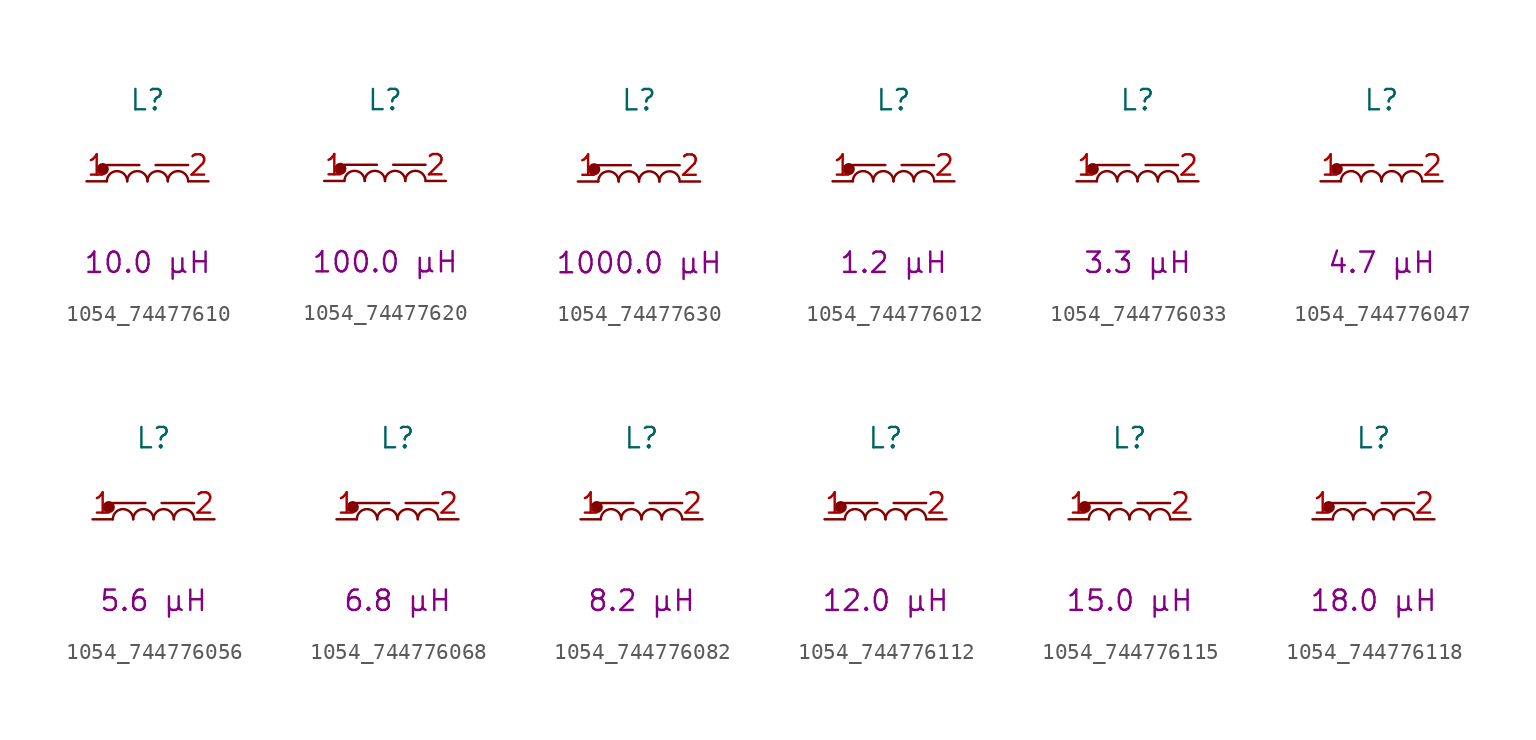
<source format=kicad_sym>
(kicad_symbol_lib
  (version 20220914)
  (generator kicad_symbol_editor)
  (symbol "1054_74477610"
    (pin_names hide)
    (property "Reference" "L"
      (at 0 5.08 0)
      (effects (font (size 1.27 1.27))))
    (property "Critical Parameter" "10.0 µH"
      (at 0 -5.08 0)
      (effects (font (size 1.27 1.27))))
    (symbol "1054_74477610_0_1"
      (arc (start -1.27 0) (mid -1.905 0.6323) (end -2.54 0) (stroke (width 0) (type default)) (fill (type none)))
      (arc (start 0 0) (mid -0.635 0.6323) (end -1.27 0) (stroke (width 0) (type default)) (fill (type none)))
      (polyline (pts (xy -2.54 1.016) (xy -0.508 1.016)) (stroke (width 0) (type default)) (fill (type none)))
      (arc (start 1.27 0) (mid 0.635 0.6323) (end 0 0) (stroke (width 0) (type default)) (fill (type none)))
      (arc (start 2.54 0) (mid 1.905 0.6323) (end 1.27 0) (stroke (width 0) (type default)) (fill (type none))))
    (symbol "1054_74477610_1_1"
      (circle (center -2.794 0.762) (radius 0.0001) (stroke (width 0.381) (type default)) (fill (type none)))
      (polyline (pts (xy 2.54 1.016) (xy 0.508 1.016)) (stroke (width 0) (type default)) (fill (type none)))
      (pin passive line (at -3.81 0 0) (length 1.27) (name "1" (effects (font (size 1.27 1.27)))) (number "1" (effects (font (size 1.27 1.27)))))
      (pin passive line (at 3.81 0 180) (length 1.27) (name "2" (effects (font (size 1.27 1.27)))) (number "2" (effects (font (size 1.27 1.27)))))))
  (symbol "1054_74477620"
    (pin_names hide)
    (property "Reference" "L"
      (at 0 5.08 0)
      (effects (font (size 1.27 1.27))))
    (property "Critical Parameter" "100.0 µH"
      (at 0 -5.08 0)
      (effects (font (size 1.27 1.27))))
    (symbol "1054_74477620_0_1"
      (arc (start -1.27 0) (mid -1.905 0.6323) (end -2.54 0) (stroke (width 0) (type default)) (fill (type none)))
      (arc (start 0 0) (mid -0.635 0.6323) (end -1.27 0) (stroke (width 0) (type default)) (fill (type none)))
      (polyline (pts (xy -2.54 1.016) (xy -0.508 1.016)) (stroke (width 0) (type default)) (fill (type none)))
      (arc (start 1.27 0) (mid 0.635 0.6323) (end 0 0) (stroke (width 0) (type default)) (fill (type none)))
      (arc (start 2.54 0) (mid 1.905 0.6323) (end 1.27 0) (stroke (width 0) (type default)) (fill (type none))))
    (symbol "1054_74477620_1_1"
      (circle (center -2.794 0.762) (radius 0.0001) (stroke (width 0.381) (type default)) (fill (type none)))
      (polyline (pts (xy 2.54 1.016) (xy 0.508 1.016)) (stroke (width 0) (type default)) (fill (type none)))
      (pin passive line (at -3.81 0 0) (length 1.27) (name "1" (effects (font (size 1.27 1.27)))) (number "1" (effects (font (size 1.27 1.27)))))
      (pin passive line (at 3.81 0 180) (length 1.27) (name "2" (effects (font (size 1.27 1.27)))) (number "2" (effects (font (size 1.27 1.27)))))))
  (symbol "1054_74477630"
    (pin_names hide)
    (property "Reference" "L"
      (at 0 5.08 0)
      (effects (font (size 1.27 1.27))))
    (property "Critical Parameter" "1000.0 µH"
      (at 0 -5.08 0)
      (effects (font (size 1.27 1.27))))
    (symbol "1054_74477630_0_1"
      (arc (start -1.27 0) (mid -1.905 0.6323) (end -2.54 0) (stroke (width 0) (type default)) (fill (type none)))
      (arc (start 0 0) (mid -0.635 0.6323) (end -1.27 0) (stroke (width 0) (type default)) (fill (type none)))
      (polyline (pts (xy -2.54 1.016) (xy -0.508 1.016)) (stroke (width 0) (type default)) (fill (type none)))
      (arc (start 1.27 0) (mid 0.635 0.6323) (end 0 0) (stroke (width 0) (type default)) (fill (type none)))
      (arc (start 2.54 0) (mid 1.905 0.6323) (end 1.27 0) (stroke (width 0) (type default)) (fill (type none))))
    (symbol "1054_74477630_1_1"
      (circle (center -2.794 0.762) (radius 0.0001) (stroke (width 0.381) (type default)) (fill (type none)))
      (polyline (pts (xy 2.54 1.016) (xy 0.508 1.016)) (stroke (width 0) (type default)) (fill (type none)))
      (pin passive line (at -3.81 0 0) (length 1.27) (name "1" (effects (font (size 1.27 1.27)))) (number "1" (effects (font (size 1.27 1.27)))))
      (pin passive line (at 3.81 0 180) (length 1.27) (name "2" (effects (font (size 1.27 1.27)))) (number "2" (effects (font (size 1.27 1.27)))))))
  (symbol "1054_744776012"
    (pin_names hide)
    (property "Reference" "L"
      (at 0 5.08 0)
      (effects (font (size 1.27 1.27))))
    (property "Critical Parameter" "1.2 µH"
      (at 0 -5.08 0)
      (effects (font (size 1.27 1.27))))
    (symbol "1054_744776012_0_1"
      (arc (start -1.27 0) (mid -1.905 0.6323) (end -2.54 0) (stroke (width 0) (type default)) (fill (type none)))
      (arc (start 0 0) (mid -0.635 0.6323) (end -1.27 0) (stroke (width 0) (type default)) (fill (type none)))
      (polyline (pts (xy -2.54 1.016) (xy -0.508 1.016)) (stroke (width 0) (type default)) (fill (type none)))
      (arc (start 1.27 0) (mid 0.635 0.6323) (end 0 0) (stroke (width 0) (type default)) (fill (type none)))
      (arc (start 2.54 0) (mid 1.905 0.6323) (end 1.27 0) (stroke (width 0) (type default)) (fill (type none))))
    (symbol "1054_744776012_1_1"
      (circle (center -2.794 0.762) (radius 0.0001) (stroke (width 0.381) (type default)) (fill (type none)))
      (polyline (pts (xy 2.54 1.016) (xy 0.508 1.016)) (stroke (width 0) (type default)) (fill (type none)))
      (pin passive line (at -3.81 0 0) (length 1.27) (name "1" (effects (font (size 1.27 1.27)))) (number "1" (effects (font (size 1.27 1.27)))))
      (pin passive line (at 3.81 0 180) (length 1.27) (name "2" (effects (font (size 1.27 1.27)))) (number "2" (effects (font (size 1.27 1.27)))))))
  (symbol "1054_744776033"
    (pin_names hide)
    (property "Reference" "L"
      (at 0 5.08 0)
      (effects (font (size 1.27 1.27))))
    (property "Critical Parameter" "3.3 µH"
      (at 0 -5.08 0)
      (effects (font (size 1.27 1.27))))
    (symbol "1054_744776033_0_1"
      (arc (start -1.27 0) (mid -1.905 0.6323) (end -2.54 0) (stroke (width 0) (type default)) (fill (type none)))
      (arc (start 0 0) (mid -0.635 0.6323) (end -1.27 0) (stroke (width 0) (type default)) (fill (type none)))
      (polyline (pts (xy -2.54 1.016) (xy -0.508 1.016)) (stroke (width 0) (type default)) (fill (type none)))
      (arc (start 1.27 0) (mid 0.635 0.6323) (end 0 0) (stroke (width 0) (type default)) (fill (type none)))
      (arc (start 2.54 0) (mid 1.905 0.6323) (end 1.27 0) (stroke (width 0) (type default)) (fill (type none))))
    (symbol "1054_744776033_1_1"
      (circle (center -2.794 0.762) (radius 0.0001) (stroke (width 0.381) (type default)) (fill (type none)))
      (polyline (pts (xy 2.54 1.016) (xy 0.508 1.016)) (stroke (width 0) (type default)) (fill (type none)))
      (pin passive line (at -3.81 0 0) (length 1.27) (name "1" (effects (font (size 1.27 1.27)))) (number "1" (effects (font (size 1.27 1.27)))))
      (pin passive line (at 3.81 0 180) (length 1.27) (name "2" (effects (font (size 1.27 1.27)))) (number "2" (effects (font (size 1.27 1.27)))))))
  (symbol "1054_744776047"
    (pin_names hide)
    (property "Reference" "L"
      (at 0 5.08 0)
      (effects (font (size 1.27 1.27))))
    (property "Critical Parameter" "4.7 µH"
      (at 0 -5.08 0)
      (effects (font (size 1.27 1.27))))
    (symbol "1054_744776047_0_1"
      (arc (start -1.27 0) (mid -1.905 0.6323) (end -2.54 0) (stroke (width 0) (type default)) (fill (type none)))
      (arc (start 0 0) (mid -0.635 0.6323) (end -1.27 0) (stroke (width 0) (type default)) (fill (type none)))
      (polyline (pts (xy -2.54 1.016) (xy -0.508 1.016)) (stroke (width 0) (type default)) (fill (type none)))
      (arc (start 1.27 0) (mid 0.635 0.6323) (end 0 0) (stroke (width 0) (type default)) (fill (type none)))
      (arc (start 2.54 0) (mid 1.905 0.6323) (end 1.27 0) (stroke (width 0) (type default)) (fill (type none))))
    (symbol "1054_744776047_1_1"
      (circle (center -2.794 0.762) (radius 0.0001) (stroke (width 0.381) (type default)) (fill (type none)))
      (polyline (pts (xy 2.54 1.016) (xy 0.508 1.016)) (stroke (width 0) (type default)) (fill (type none)))
      (pin passive line (at -3.81 0 0) (length 1.27) (name "1" (effects (font (size 1.27 1.27)))) (number "1" (effects (font (size 1.27 1.27)))))
      (pin passive line (at 3.81 0 180) (length 1.27) (name "2" (effects (font (size 1.27 1.27)))) (number "2" (effects (font (size 1.27 1.27)))))))
  (symbol "1054_744776056"
    (pin_names hide)
    (property "Reference" "L"
      (at 0 5.08 0)
      (effects (font (size 1.27 1.27))))
    (property "Critical Parameter" "5.6 µH"
      (at 0 -5.08 0)
      (effects (font (size 1.27 1.27))))
    (symbol "1054_744776056_0_1"
      (arc (start -1.27 0) (mid -1.905 0.6323) (end -2.54 0) (stroke (width 0) (type default)) (fill (type none)))
      (arc (start 0 0) (mid -0.635 0.6323) (end -1.27 0) (stroke (width 0) (type default)) (fill (type none)))
      (polyline (pts (xy -2.54 1.016) (xy -0.508 1.016)) (stroke (width 0) (type default)) (fill (type none)))
      (arc (start 1.27 0) (mid 0.635 0.6323) (end 0 0) (stroke (width 0) (type default)) (fill (type none)))
      (arc (start 2.54 0) (mid 1.905 0.6323) (end 1.27 0) (stroke (width 0) (type default)) (fill (type none))))
    (symbol "1054_744776056_1_1"
      (circle (center -2.794 0.762) (radius 0.0001) (stroke (width 0.381) (type default)) (fill (type none)))
      (polyline (pts (xy 2.54 1.016) (xy 0.508 1.016)) (stroke (width 0) (type default)) (fill (type none)))
      (pin passive line (at -3.81 0 0) (length 1.27) (name "1" (effects (font (size 1.27 1.27)))) (number "1" (effects (font (size 1.27 1.27)))))
      (pin passive line (at 3.81 0 180) (length 1.27) (name "2" (effects (font (size 1.27 1.27)))) (number "2" (effects (font (size 1.27 1.27)))))))
  (symbol "1054_744776068"
    (pin_names hide)
    (property "Reference" "L"
      (at 0 5.08 0)
      (effects (font (size 1.27 1.27))))
    (property "Critical Parameter" "6.8 µH"
      (at 0 -5.08 0)
      (effects (font (size 1.27 1.27))))
    (symbol "1054_744776068_0_1"
      (arc (start -1.27 0) (mid -1.905 0.6323) (end -2.54 0) (stroke (width 0) (type default)) (fill (type none)))
      (arc (start 0 0) (mid -0.635 0.6323) (end -1.27 0) (stroke (width 0) (type default)) (fill (type none)))
      (polyline (pts (xy -2.54 1.016) (xy -0.508 1.016)) (stroke (width 0) (type default)) (fill (type none)))
      (arc (start 1.27 0) (mid 0.635 0.6323) (end 0 0) (stroke (width 0) (type default)) (fill (type none)))
      (arc (start 2.54 0) (mid 1.905 0.6323) (end 1.27 0) (stroke (width 0) (type default)) (fill (type none))))
    (symbol "1054_744776068_1_1"
      (circle (center -2.794 0.762) (radius 0.0001) (stroke (width 0.381) (type default)) (fill (type none)))
      (polyline (pts (xy 2.54 1.016) (xy 0.508 1.016)) (stroke (width 0) (type default)) (fill (type none)))
      (pin passive line (at -3.81 0 0) (length 1.27) (name "1" (effects (font (size 1.27 1.27)))) (number "1" (effects (font (size 1.27 1.27)))))
      (pin passive line (at 3.81 0 180) (length 1.27) (name "2" (effects (font (size 1.27 1.27)))) (number "2" (effects (font (size 1.27 1.27)))))))
  (symbol "1054_744776082"
    (pin_names hide)
    (property "Reference" "L"
      (at 0 5.08 0)
      (effects (font (size 1.27 1.27))))
    (property "Critical Parameter" "8.2 µH"
      (at 0 -5.08 0)
      (effects (font (size 1.27 1.27))))
    (symbol "1054_744776082_0_1"
      (arc (start -1.27 0) (mid -1.905 0.6323) (end -2.54 0) (stroke (width 0) (type default)) (fill (type none)))
      (arc (start 0 0) (mid -0.635 0.6323) (end -1.27 0) (stroke (width 0) (type default)) (fill (type none)))
      (polyline (pts (xy -2.54 1.016) (xy -0.508 1.016)) (stroke (width 0) (type default)) (fill (type none)))
      (arc (start 1.27 0) (mid 0.635 0.6323) (end 0 0) (stroke (width 0) (type default)) (fill (type none)))
      (arc (start 2.54 0) (mid 1.905 0.6323) (end 1.27 0) (stroke (width 0) (type default)) (fill (type none))))
    (symbol "1054_744776082_1_1"
      (circle (center -2.794 0.762) (radius 0.0001) (stroke (width 0.381) (type default)) (fill (type none)))
      (polyline (pts (xy 2.54 1.016) (xy 0.508 1.016)) (stroke (width 0) (type default)) (fill (type none)))
      (pin passive line (at -3.81 0 0) (length 1.27) (name "1" (effects (font (size 1.27 1.27)))) (number "1" (effects (font (size 1.27 1.27)))))
      (pin passive line (at 3.81 0 180) (length 1.27) (name "2" (effects (font (size 1.27 1.27)))) (number "2" (effects (font (size 1.27 1.27)))))))
  (symbol "1054_744776112"
    (pin_names hide)
    (property "Reference" "L"
      (at 0 5.08 0)
      (effects (font (size 1.27 1.27))))
    (property "Critical Parameter" "12.0 µH"
      (at 0 -5.08 0)
      (effects (font (size 1.27 1.27))))
    (symbol "1054_744776112_0_1"
      (arc (start -1.27 0) (mid -1.905 0.6323) (end -2.54 0) (stroke (width 0) (type default)) (fill (type none)))
      (arc (start 0 0) (mid -0.635 0.6323) (end -1.27 0) (stroke (width 0) (type default)) (fill (type none)))
      (polyline (pts (xy -2.54 1.016) (xy -0.508 1.016)) (stroke (width 0) (type default)) (fill (type none)))
      (arc (start 1.27 0) (mid 0.635 0.6323) (end 0 0) (stroke (width 0) (type default)) (fill (type none)))
      (arc (start 2.54 0) (mid 1.905 0.6323) (end 1.27 0) (stroke (width 0) (type default)) (fill (type none))))
    (symbol "1054_744776112_1_1"
      (circle (center -2.794 0.762) (radius 0.0001) (stroke (width 0.381) (type default)) (fill (type none)))
      (polyline (pts (xy 2.54 1.016) (xy 0.508 1.016)) (stroke (width 0) (type default)) (fill (type none)))
      (pin passive line (at -3.81 0 0) (length 1.27) (name "1" (effects (font (size 1.27 1.27)))) (number "1" (effects (font (size 1.27 1.27)))))
      (pin passive line (at 3.81 0 180) (length 1.27) (name "2" (effects (font (size 1.27 1.27)))) (number "2" (effects (font (size 1.27 1.27)))))))
  (symbol "1054_744776115"
    (pin_names hide)
    (property "Reference" "L"
      (at 0 5.08 0)
      (effects (font (size 1.27 1.27))))
    (property "Critical Parameter" "15.0 µH"
      (at 0 -5.08 0)
      (effects (font (size 1.27 1.27))))
    (symbol "1054_744776115_0_1"
      (arc (start -1.27 0) (mid -1.905 0.6323) (end -2.54 0) (stroke (width 0) (type default)) (fill (type none)))
      (arc (start 0 0) (mid -0.635 0.6323) (end -1.27 0) (stroke (width 0) (type default)) (fill (type none)))
      (polyline (pts (xy -2.54 1.016) (xy -0.508 1.016)) (stroke (width 0) (type default)) (fill (type none)))
      (arc (start 1.27 0) (mid 0.635 0.6323) (end 0 0) (stroke (width 0) (type default)) (fill (type none)))
      (arc (start 2.54 0) (mid 1.905 0.6323) (end 1.27 0) (stroke (width 0) (type default)) (fill (type none))))
    (symbol "1054_744776115_1_1"
      (circle (center -2.794 0.762) (radius 0.0001) (stroke (width 0.381) (type default)) (fill (type none)))
      (polyline (pts (xy 2.54 1.016) (xy 0.508 1.016)) (stroke (width 0) (type default)) (fill (type none)))
      (pin passive line (at -3.81 0 0) (length 1.27) (name "1" (effects (font (size 1.27 1.27)))) (number "1" (effects (font (size 1.27 1.27)))))
      (pin passive line (at 3.81 0 180) (length 1.27) (name "2" (effects (font (size 1.27 1.27)))) (number "2" (effects (font (size 1.27 1.27)))))))
  (symbol "1054_744776118"
    (pin_names hide)
    (property "Reference" "L"
      (at 0 5.08 0)
      (effects (font (size 1.27 1.27))))
    (property "Critical Parameter" "18.0 µH"
      (at 0 -5.08 0)
      (effects (font (size 1.27 1.27))))
    (symbol "1054_744776118_0_1"
      (arc (start -1.27 0) (mid -1.905 0.6323) (end -2.54 0) (stroke (width 0) (type default)) (fill (type none)))
      (arc (start 0 0) (mid -0.635 0.6323) (end -1.27 0) (stroke (width 0) (type default)) (fill (type none)))
      (polyline (pts (xy -2.54 1.016) (xy -0.508 1.016)) (stroke (width 0) (type default)) (fill (type none)))
      (arc (start 1.27 0) (mid 0.635 0.6323) (end 0 0) (stroke (width 0) (type default)) (fill (type none)))
      (arc (start 2.54 0) (mid 1.905 0.6323) (end 1.27 0) (stroke (width 0) (type default)) (fill (type none))))
    (symbol "1054_744776118_1_1"
      (circle (center -2.794 0.762) (radius 0.0001) (stroke (width 0.381) (type default)) (fill (type none)))
      (polyline (pts (xy 2.54 1.016) (xy 0.508 1.016)) (stroke (width 0) (type default)) (fill (type none)))
      (pin passive line (at -3.81 0 0) (length 1.27) (name "1" (effects (font (size 1.27 1.27)))) (number "1" (effects (font (size 1.27 1.27)))))
      (pin passive line (at 3.81 0 180) (length 1.27) (name "2" (effects (font (size 1.27 1.27)))) (number "2" (effects (font (size 1.27 1.27))))))))
</source>
